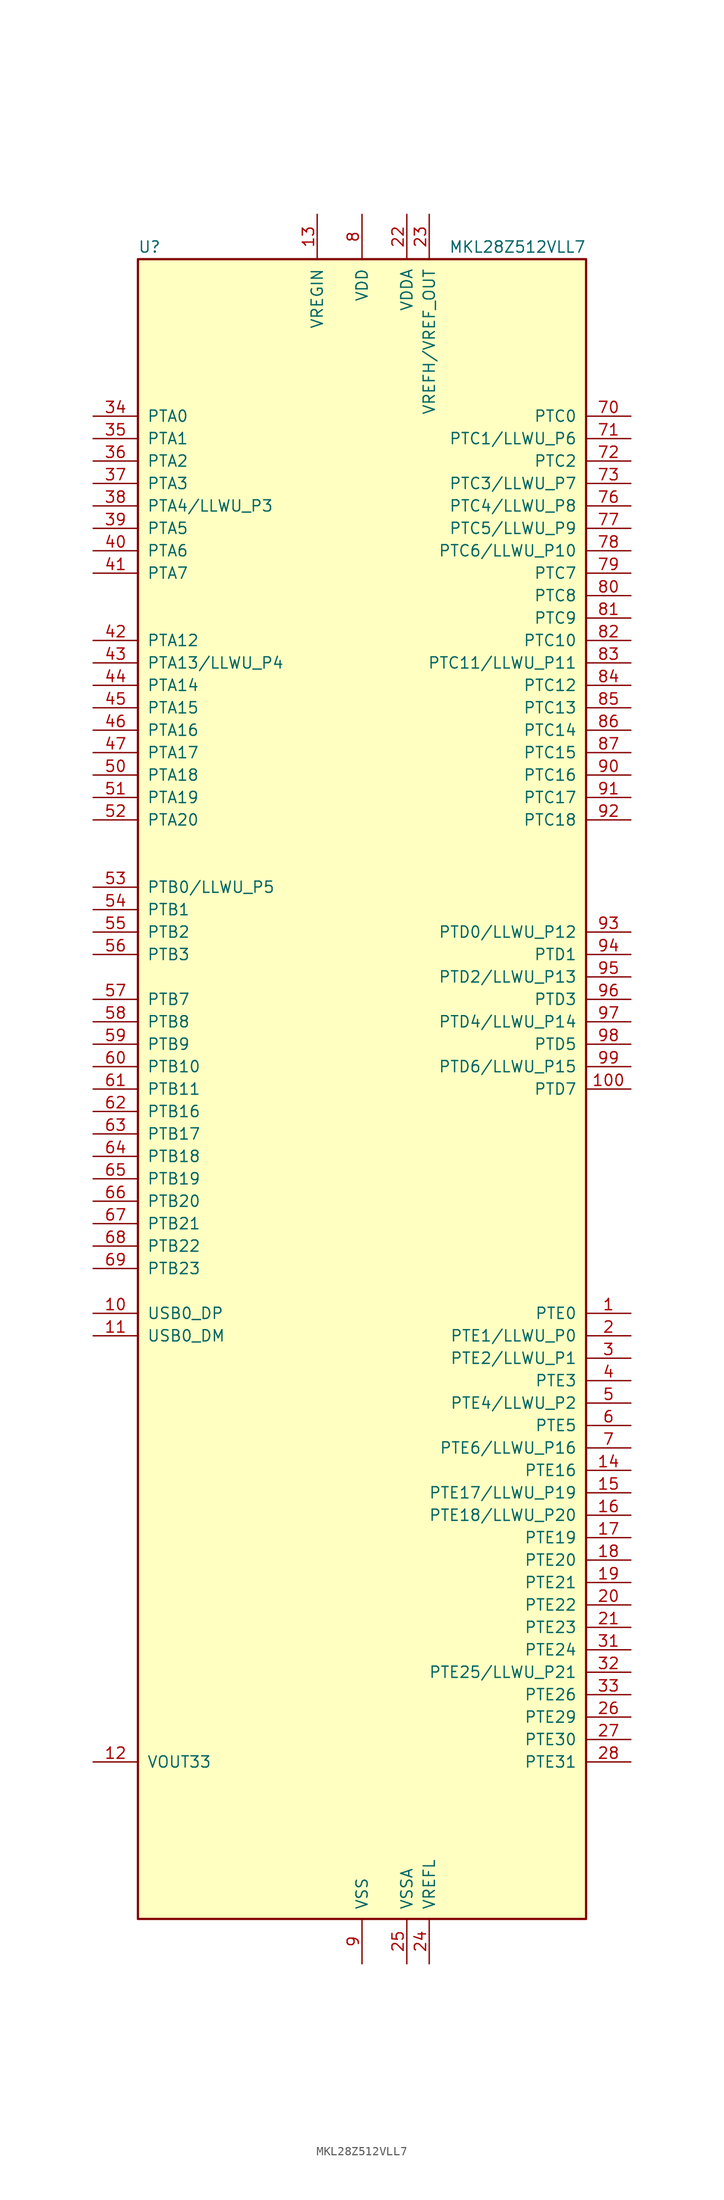
<source format=kicad_sym>
(kicad_symbol_lib
  (version 20231120)
  (generator "kicad_symbol_editor")
  (generator_version "8.0")
  (symbol "MKL28Z512VLL7"
    (pin_names
      (offset 1.016))
    (property "Reference" "U"
      (at -25.4 94.615 0)
      (effects (font (size 1.27 1.27)) (justify left bottom)))
    (property "Value" "MKL28Z512VLL7"
      (at 25.4 94.615 0)
      (effects (font (size 1.27 1.27)) (justify right bottom)))
    (symbol "MKL28Z512VLL7_0_1"
      (rectangle (start -25.4 93.98) (end 25.4 -93.98) (stroke (width 0.254) (type default)) (fill (type background))))
    (symbol "MKL28Z512VLL7_1_1"
      (pin bidirectional line (at 30.48 -25.4 180) (length 5.08) (name "PTE0" (effects (font (size 1.27 1.27)))) (number "1" (effects (font (size 1.27 1.27)))))
      (pin bidirectional line (at -30.48 -25.4 0) (length 5.08) (name "USB0_DP" (effects (font (size 1.27 1.27)))) (number "10" (effects (font (size 1.27 1.27)))))
      (pin bidirectional line (at 30.48 0 180) (length 5.08) (name "PTD7" (effects (font (size 1.27 1.27)))) (number "100" (effects (font (size 1.27 1.27)))))
      (pin bidirectional line (at -30.48 -27.94 0) (length 5.08) (name "USB0_DM" (effects (font (size 1.27 1.27)))) (number "11" (effects (font (size 1.27 1.27)))))
      (pin power_out line (at -30.48 -76.2 0) (length 5.08) (name "VOUT33" (effects (font (size 1.27 1.27)))) (number "12" (effects (font (size 1.27 1.27)))))
      (pin power_in line (at -5.08 99.06 270) (length 5.08) (name "VREGIN" (effects (font (size 1.27 1.27)))) (number "13" (effects (font (size 1.27 1.27)))))
      (pin bidirectional line (at 30.48 -43.18 180) (length 5.08) (name "PTE16" (effects (font (size 1.27 1.27)))) (number "14" (effects (font (size 1.27 1.27)))))
      (pin bidirectional line (at 30.48 -45.72 180) (length 5.08) (name "PTE17/LLWU_P19" (effects (font (size 1.27 1.27)))) (number "15" (effects (font (size 1.27 1.27)))))
      (pin bidirectional line (at 30.48 -48.26 180) (length 5.08) (name "PTE18/LLWU_P20" (effects (font (size 1.27 1.27)))) (number "16" (effects (font (size 1.27 1.27)))))
      (pin bidirectional line (at 30.48 -50.8 180) (length 5.08) (name "PTE19" (effects (font (size 1.27 1.27)))) (number "17" (effects (font (size 1.27 1.27)))))
      (pin bidirectional line (at 30.48 -53.34 180) (length 5.08) (name "PTE20" (effects (font (size 1.27 1.27)))) (number "18" (effects (font (size 1.27 1.27)))))
      (pin bidirectional line (at 30.48 -55.88 180) (length 5.08) (name "PTE21" (effects (font (size 1.27 1.27)))) (number "19" (effects (font (size 1.27 1.27)))))
      (pin bidirectional line (at 30.48 -27.94 180) (length 5.08) (name "PTE1/LLWU_P0" (effects (font (size 1.27 1.27)))) (number "2" (effects (font (size 1.27 1.27)))))
      (pin bidirectional line (at 30.48 -58.42 180) (length 5.08) (name "PTE22" (effects (font (size 1.27 1.27)))) (number "20" (effects (font (size 1.27 1.27)))))
      (pin bidirectional line (at 30.48 -60.96 180) (length 5.08) (name "PTE23" (effects (font (size 1.27 1.27)))) (number "21" (effects (font (size 1.27 1.27)))))
      (pin power_in line (at 5.08 99.06 270) (length 5.08) (name "VDDA" (effects (font (size 1.27 1.27)))) (number "22" (effects (font (size 1.27 1.27)))))
      (pin power_in line (at 7.62 99.06 270) (length 5.08) (name "VREFH/VREF_OUT" (effects (font (size 1.27 1.27)))) (number "23" (effects (font (size 1.27 1.27)))))
      (pin power_in line (at 7.62 -99.06 90) (length 5.08) (name "VREFL" (effects (font (size 1.27 1.27)))) (number "24" (effects (font (size 1.27 1.27)))))
      (pin power_in line (at 5.08 -99.06 90) (length 5.08) (name "VSSA" (effects (font (size 1.27 1.27)))) (number "25" (effects (font (size 1.27 1.27)))))
      (pin bidirectional line (at 30.48 -71.12 180) (length 5.08) (name "PTE29" (effects (font (size 1.27 1.27)))) (number "26" (effects (font (size 1.27 1.27)))))
      (pin bidirectional line (at 30.48 -73.66 180) (length 5.08) (name "PTE30" (effects (font (size 1.27 1.27)))) (number "27" (effects (font (size 1.27 1.27)))))
      (pin bidirectional line (at 30.48 -76.2 180) (length 5.08) (name "PTE31" (effects (font (size 1.27 1.27)))) (number "28" (effects (font (size 1.27 1.27)))))
      (pin passive line (at 0 -99.06 90) (length 5.08) hide (name "VSS" (effects (font (size 1.27 1.27)))) (number "29" (effects (font (size 1.27 1.27)))))
      (pin bidirectional line (at 30.48 -30.48 180) (length 5.08) (name "PTE2/LLWU_P1" (effects (font (size 1.27 1.27)))) (number "3" (effects (font (size 1.27 1.27)))))
      (pin passive line (at 0 99.06 270) (length 5.08) hide (name "VDD" (effects (font (size 1.27 1.27)))) (number "30" (effects (font (size 1.27 1.27)))))
      (pin bidirectional line (at 30.48 -63.5 180) (length 5.08) (name "PTE24" (effects (font (size 1.27 1.27)))) (number "31" (effects (font (size 1.27 1.27)))))
      (pin bidirectional line (at 30.48 -66.04 180) (length 5.08) (name "PTE25/LLWU_P21" (effects (font (size 1.27 1.27)))) (number "32" (effects (font (size 1.27 1.27)))))
      (pin bidirectional line (at 30.48 -68.58 180) (length 5.08) (name "PTE26" (effects (font (size 1.27 1.27)))) (number "33" (effects (font (size 1.27 1.27)))))
      (pin bidirectional line (at -30.48 76.2 0) (length 5.08) (name "PTA0" (effects (font (size 1.27 1.27)))) (number "34" (effects (font (size 1.27 1.27)))))
      (pin bidirectional line (at -30.48 73.66 0) (length 5.08) (name "PTA1" (effects (font (size 1.27 1.27)))) (number "35" (effects (font (size 1.27 1.27)))))
      (pin bidirectional line (at -30.48 71.12 0) (length 5.08) (name "PTA2" (effects (font (size 1.27 1.27)))) (number "36" (effects (font (size 1.27 1.27)))))
      (pin bidirectional line (at -30.48 68.58 0) (length 5.08) (name "PTA3" (effects (font (size 1.27 1.27)))) (number "37" (effects (font (size 1.27 1.27)))))
      (pin bidirectional line (at -30.48 66.04 0) (length 5.08) (name "PTA4/LLWU_P3" (effects (font (size 1.27 1.27)))) (number "38" (effects (font (size 1.27 1.27)))))
      (pin bidirectional line (at -30.48 63.5 0) (length 5.08) (name "PTA5" (effects (font (size 1.27 1.27)))) (number "39" (effects (font (size 1.27 1.27)))))
      (pin bidirectional line (at 30.48 -33.02 180) (length 5.08) (name "PTE3" (effects (font (size 1.27 1.27)))) (number "4" (effects (font (size 1.27 1.27)))))
      (pin bidirectional line (at -30.48 60.96 0) (length 5.08) (name "PTA6" (effects (font (size 1.27 1.27)))) (number "40" (effects (font (size 1.27 1.27)))))
      (pin bidirectional line (at -30.48 58.42 0) (length 5.08) (name "PTA7" (effects (font (size 1.27 1.27)))) (number "41" (effects (font (size 1.27 1.27)))))
      (pin bidirectional line (at -30.48 50.8 0) (length 5.08) (name "PTA12" (effects (font (size 1.27 1.27)))) (number "42" (effects (font (size 1.27 1.27)))))
      (pin bidirectional line (at -30.48 48.26 0) (length 5.08) (name "PTA13/LLWU_P4" (effects (font (size 1.27 1.27)))) (number "43" (effects (font (size 1.27 1.27)))))
      (pin bidirectional line (at -30.48 45.72 0) (length 5.08) (name "PTA14" (effects (font (size 1.27 1.27)))) (number "44" (effects (font (size 1.27 1.27)))))
      (pin bidirectional line (at -30.48 43.18 0) (length 5.08) (name "PTA15" (effects (font (size 1.27 1.27)))) (number "45" (effects (font (size 1.27 1.27)))))
      (pin bidirectional line (at -30.48 40.64 0) (length 5.08) (name "PTA16" (effects (font (size 1.27 1.27)))) (number "46" (effects (font (size 1.27 1.27)))))
      (pin bidirectional line (at -30.48 38.1 0) (length 5.08) (name "PTA17" (effects (font (size 1.27 1.27)))) (number "47" (effects (font (size 1.27 1.27)))))
      (pin passive line (at 0 99.06 270) (length 5.08) hide (name "VDD" (effects (font (size 1.27 1.27)))) (number "48" (effects (font (size 1.27 1.27)))))
      (pin passive line (at 0 -99.06 90) (length 5.08) hide (name "VSS" (effects (font (size 1.27 1.27)))) (number "49" (effects (font (size 1.27 1.27)))))
      (pin bidirectional line (at 30.48 -35.56 180) (length 5.08) (name "PTE4/LLWU_P2" (effects (font (size 1.27 1.27)))) (number "5" (effects (font (size 1.27 1.27)))))
      (pin bidirectional line (at -30.48 35.56 0) (length 5.08) (name "PTA18" (effects (font (size 1.27 1.27)))) (number "50" (effects (font (size 1.27 1.27)))))
      (pin bidirectional line (at -30.48 33.02 0) (length 5.08) (name "PTA19" (effects (font (size 1.27 1.27)))) (number "51" (effects (font (size 1.27 1.27)))))
      (pin bidirectional line (at -30.48 30.48 0) (length 5.08) (name "PTA20" (effects (font (size 1.27 1.27)))) (number "52" (effects (font (size 1.27 1.27)))))
      (pin bidirectional line (at -30.48 22.86 0) (length 5.08) (name "PTB0/LLWU_P5" (effects (font (size 1.27 1.27)))) (number "53" (effects (font (size 1.27 1.27)))))
      (pin bidirectional line (at -30.48 20.32 0) (length 5.08) (name "PTB1" (effects (font (size 1.27 1.27)))) (number "54" (effects (font (size 1.27 1.27)))))
      (pin bidirectional line (at -30.48 17.78 0) (length 5.08) (name "PTB2" (effects (font (size 1.27 1.27)))) (number "55" (effects (font (size 1.27 1.27)))))
      (pin bidirectional line (at -30.48 15.24 0) (length 5.08) (name "PTB3" (effects (font (size 1.27 1.27)))) (number "56" (effects (font (size 1.27 1.27)))))
      (pin bidirectional line (at -30.48 10.16 0) (length 5.08) (name "PTB7" (effects (font (size 1.27 1.27)))) (number "57" (effects (font (size 1.27 1.27)))))
      (pin bidirectional line (at -30.48 7.62 0) (length 5.08) (name "PTB8" (effects (font (size 1.27 1.27)))) (number "58" (effects (font (size 1.27 1.27)))))
      (pin bidirectional line (at -30.48 5.08 0) (length 5.08) (name "PTB9" (effects (font (size 1.27 1.27)))) (number "59" (effects (font (size 1.27 1.27)))))
      (pin bidirectional line (at 30.48 -38.1 180) (length 5.08) (name "PTE5" (effects (font (size 1.27 1.27)))) (number "6" (effects (font (size 1.27 1.27)))))
      (pin bidirectional line (at -30.48 2.54 0) (length 5.08) (name "PTB10" (effects (font (size 1.27 1.27)))) (number "60" (effects (font (size 1.27 1.27)))))
      (pin bidirectional line (at -30.48 0 0) (length 5.08) (name "PTB11" (effects (font (size 1.27 1.27)))) (number "61" (effects (font (size 1.27 1.27)))))
      (pin bidirectional line (at -30.48 -2.54 0) (length 5.08) (name "PTB16" (effects (font (size 1.27 1.27)))) (number "62" (effects (font (size 1.27 1.27)))))
      (pin bidirectional line (at -30.48 -5.08 0) (length 5.08) (name "PTB17" (effects (font (size 1.27 1.27)))) (number "63" (effects (font (size 1.27 1.27)))))
      (pin bidirectional line (at -30.48 -7.62 0) (length 5.08) (name "PTB18" (effects (font (size 1.27 1.27)))) (number "64" (effects (font (size 1.27 1.27)))))
      (pin bidirectional line (at -30.48 -10.16 0) (length 5.08) (name "PTB19" (effects (font (size 1.27 1.27)))) (number "65" (effects (font (size 1.27 1.27)))))
      (pin bidirectional line (at -30.48 -12.7 0) (length 5.08) (name "PTB20" (effects (font (size 1.27 1.27)))) (number "66" (effects (font (size 1.27 1.27)))))
      (pin bidirectional line (at -30.48 -15.24 0) (length 5.08) (name "PTB21" (effects (font (size 1.27 1.27)))) (number "67" (effects (font (size 1.27 1.27)))))
      (pin bidirectional line (at -30.48 -17.78 0) (length 5.08) (name "PTB22" (effects (font (size 1.27 1.27)))) (number "68" (effects (font (size 1.27 1.27)))))
      (pin bidirectional line (at -30.48 -20.32 0) (length 5.08) (name "PTB23" (effects (font (size 1.27 1.27)))) (number "69" (effects (font (size 1.27 1.27)))))
      (pin bidirectional line (at 30.48 -40.64 180) (length 5.08) (name "PTE6/LLWU_P16" (effects (font (size 1.27 1.27)))) (number "7" (effects (font (size 1.27 1.27)))))
      (pin bidirectional line (at 30.48 76.2 180) (length 5.08) (name "PTC0" (effects (font (size 1.27 1.27)))) (number "70" (effects (font (size 1.27 1.27)))))
      (pin bidirectional line (at 30.48 73.66 180) (length 5.08) (name "PTC1/LLWU_P6" (effects (font (size 1.27 1.27)))) (number "71" (effects (font (size 1.27 1.27)))))
      (pin bidirectional line (at 30.48 71.12 180) (length 5.08) (name "PTC2" (effects (font (size 1.27 1.27)))) (number "72" (effects (font (size 1.27 1.27)))))
      (pin bidirectional line (at 30.48 68.58 180) (length 5.08) (name "PTC3/LLWU_P7" (effects (font (size 1.27 1.27)))) (number "73" (effects (font (size 1.27 1.27)))))
      (pin passive line (at 0 -99.06 90) (length 5.08) hide (name "VSS" (effects (font (size 1.27 1.27)))) (number "74" (effects (font (size 1.27 1.27)))))
      (pin passive line (at 0 99.06 270) (length 5.08) hide (name "VDD" (effects (font (size 1.27 1.27)))) (number "75" (effects (font (size 1.27 1.27)))))
      (pin bidirectional line (at 30.48 66.04 180) (length 5.08) (name "PTC4/LLWU_P8" (effects (font (size 1.27 1.27)))) (number "76" (effects (font (size 1.27 1.27)))))
      (pin bidirectional line (at 30.48 63.5 180) (length 5.08) (name "PTC5/LLWU_P9" (effects (font (size 1.27 1.27)))) (number "77" (effects (font (size 1.27 1.27)))))
      (pin bidirectional line (at 30.48 60.96 180) (length 5.08) (name "PTC6/LLWU_P10" (effects (font (size 1.27 1.27)))) (number "78" (effects (font (size 1.27 1.27)))))
      (pin bidirectional line (at 30.48 58.42 180) (length 5.08) (name "PTC7" (effects (font (size 1.27 1.27)))) (number "79" (effects (font (size 1.27 1.27)))))
      (pin power_in line (at 0 99.06 270) (length 5.08) (name "VDD" (effects (font (size 1.27 1.27)))) (number "8" (effects (font (size 1.27 1.27)))))
      (pin bidirectional line (at 30.48 55.88 180) (length 5.08) (name "PTC8" (effects (font (size 1.27 1.27)))) (number "80" (effects (font (size 1.27 1.27)))))
      (pin bidirectional line (at 30.48 53.34 180) (length 5.08) (name "PTC9" (effects (font (size 1.27 1.27)))) (number "81" (effects (font (size 1.27 1.27)))))
      (pin bidirectional line (at 30.48 50.8 180) (length 5.08) (name "PTC10" (effects (font (size 1.27 1.27)))) (number "82" (effects (font (size 1.27 1.27)))))
      (pin bidirectional line (at 30.48 48.26 180) (length 5.08) (name "PTC11/LLWU_P11" (effects (font (size 1.27 1.27)))) (number "83" (effects (font (size 1.27 1.27)))))
      (pin bidirectional line (at 30.48 45.72 180) (length 5.08) (name "PTC12" (effects (font (size 1.27 1.27)))) (number "84" (effects (font (size 1.27 1.27)))))
      (pin bidirectional line (at 30.48 43.18 180) (length 5.08) (name "PTC13" (effects (font (size 1.27 1.27)))) (number "85" (effects (font (size 1.27 1.27)))))
      (pin bidirectional line (at 30.48 40.64 180) (length 5.08) (name "PTC14" (effects (font (size 1.27 1.27)))) (number "86" (effects (font (size 1.27 1.27)))))
      (pin bidirectional line (at 30.48 38.1 180) (length 5.08) (name "PTC15" (effects (font (size 1.27 1.27)))) (number "87" (effects (font (size 1.27 1.27)))))
      (pin passive line (at 0 -99.06 90) (length 5.08) hide (name "VSS" (effects (font (size 1.27 1.27)))) (number "88" (effects (font (size 1.27 1.27)))))
      (pin passive line (at 0 99.06 270) (length 5.08) hide (name "VDD" (effects (font (size 1.27 1.27)))) (number "89" (effects (font (size 1.27 1.27)))))
      (pin power_in line (at 0 -99.06 90) (length 5.08) (name "VSS" (effects (font (size 1.27 1.27)))) (number "9" (effects (font (size 1.27 1.27)))))
      (pin bidirectional line (at 30.48 35.56 180) (length 5.08) (name "PTC16" (effects (font (size 1.27 1.27)))) (number "90" (effects (font (size 1.27 1.27)))))
      (pin bidirectional line (at 30.48 33.02 180) (length 5.08) (name "PTC17" (effects (font (size 1.27 1.27)))) (number "91" (effects (font (size 1.27 1.27)))))
      (pin bidirectional line (at 30.48 30.48 180) (length 5.08) (name "PTC18" (effects (font (size 1.27 1.27)))) (number "92" (effects (font (size 1.27 1.27)))))
      (pin bidirectional line (at 30.48 17.78 180) (length 5.08) (name "PTD0/LLWU_P12" (effects (font (size 1.27 1.27)))) (number "93" (effects (font (size 1.27 1.27)))))
      (pin bidirectional line (at 30.48 15.24 180) (length 5.08) (name "PTD1" (effects (font (size 1.27 1.27)))) (number "94" (effects (font (size 1.27 1.27)))))
      (pin bidirectional line (at 30.48 12.7 180) (length 5.08) (name "PTD2/LLWU_P13" (effects (font (size 1.27 1.27)))) (number "95" (effects (font (size 1.27 1.27)))))
      (pin bidirectional line (at 30.48 10.16 180) (length 5.08) (name "PTD3" (effects (font (size 1.27 1.27)))) (number "96" (effects (font (size 1.27 1.27)))))
      (pin bidirectional line (at 30.48 7.62 180) (length 5.08) (name "PTD4/LLWU_P14" (effects (font (size 1.27 1.27)))) (number "97" (effects (font (size 1.27 1.27)))))
      (pin bidirectional line (at 30.48 5.08 180) (length 5.08) (name "PTD5" (effects (font (size 1.27 1.27)))) (number "98" (effects (font (size 1.27 1.27)))))
      (pin bidirectional line (at 30.48 2.54 180) (length 5.08) (name "PTD6/LLWU_P15" (effects (font (size 1.27 1.27)))) (number "99" (effects (font (size 1.27 1.27))))))))
</source>
